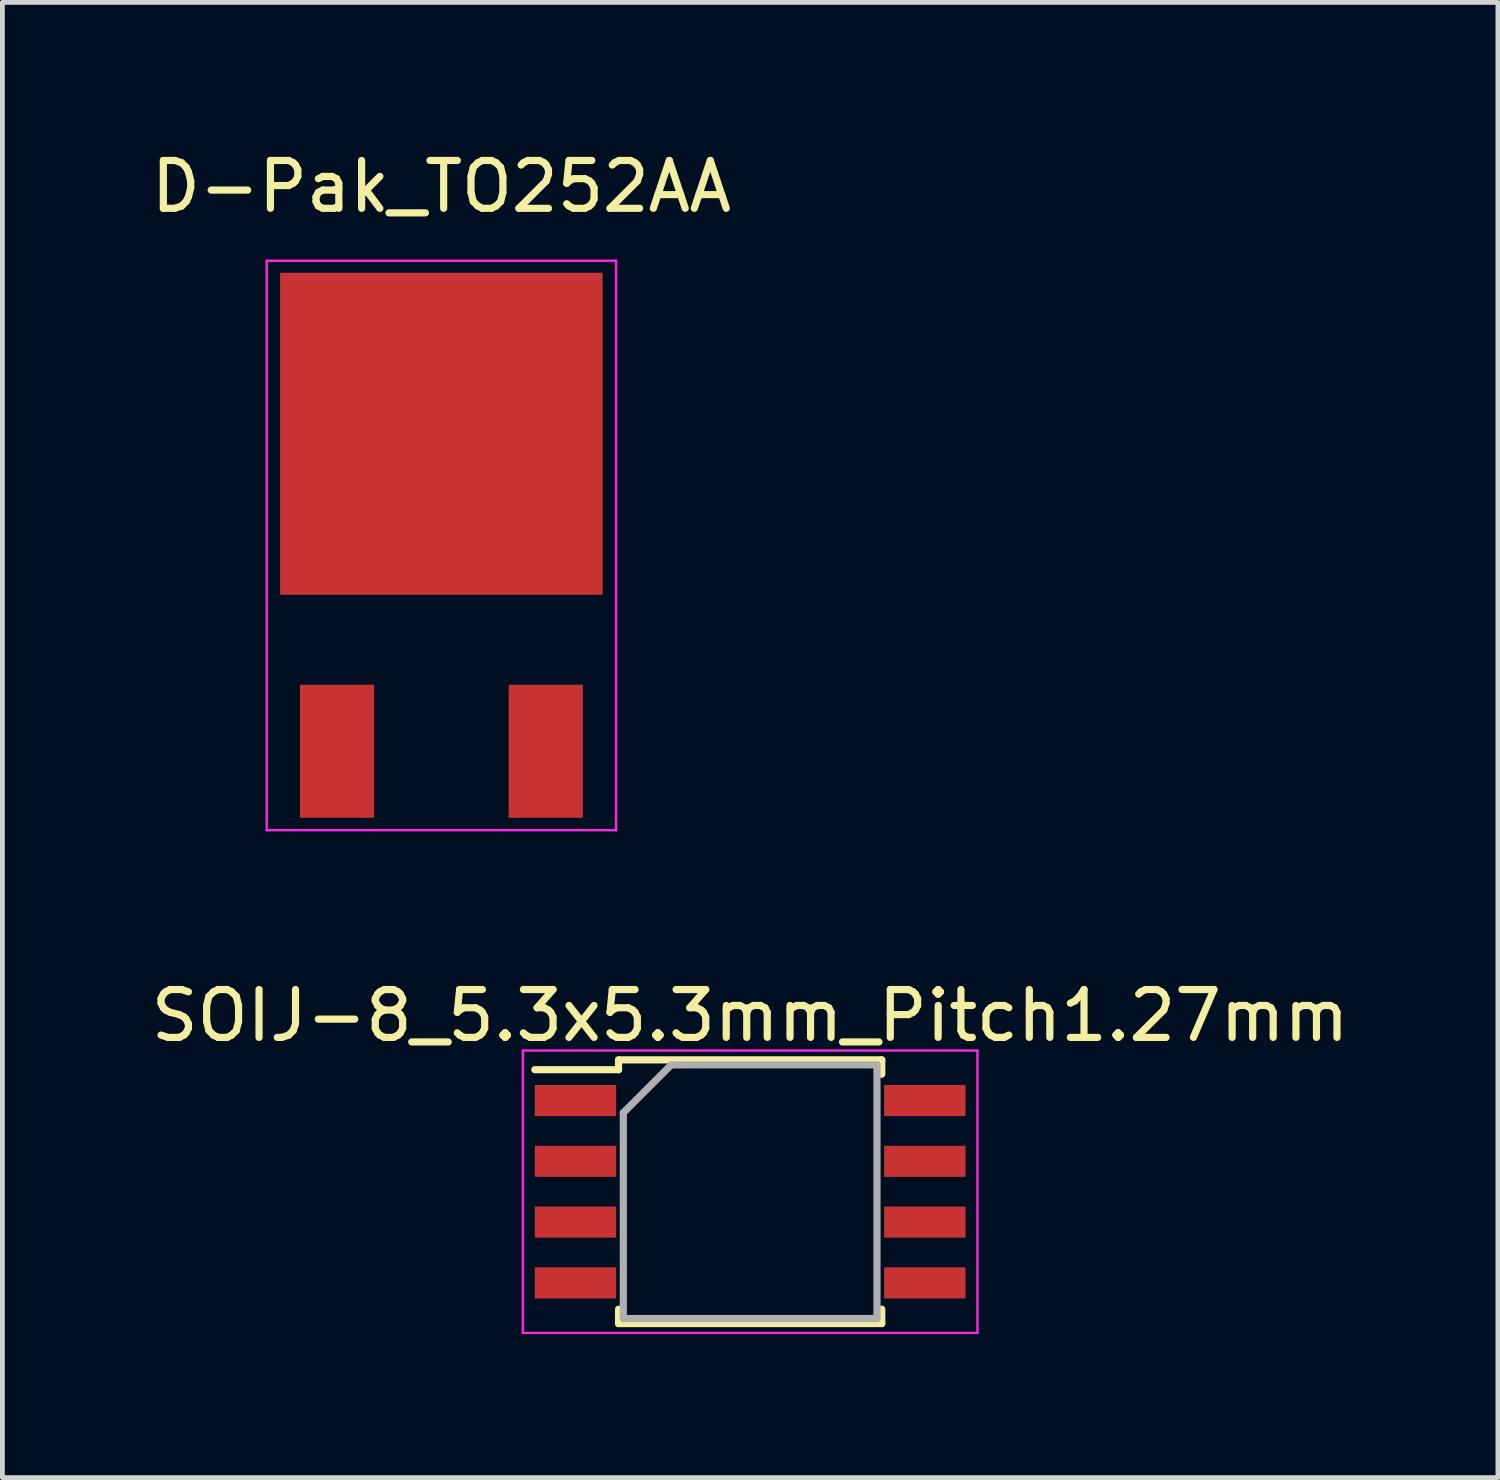
<source format=kicad_pcb>
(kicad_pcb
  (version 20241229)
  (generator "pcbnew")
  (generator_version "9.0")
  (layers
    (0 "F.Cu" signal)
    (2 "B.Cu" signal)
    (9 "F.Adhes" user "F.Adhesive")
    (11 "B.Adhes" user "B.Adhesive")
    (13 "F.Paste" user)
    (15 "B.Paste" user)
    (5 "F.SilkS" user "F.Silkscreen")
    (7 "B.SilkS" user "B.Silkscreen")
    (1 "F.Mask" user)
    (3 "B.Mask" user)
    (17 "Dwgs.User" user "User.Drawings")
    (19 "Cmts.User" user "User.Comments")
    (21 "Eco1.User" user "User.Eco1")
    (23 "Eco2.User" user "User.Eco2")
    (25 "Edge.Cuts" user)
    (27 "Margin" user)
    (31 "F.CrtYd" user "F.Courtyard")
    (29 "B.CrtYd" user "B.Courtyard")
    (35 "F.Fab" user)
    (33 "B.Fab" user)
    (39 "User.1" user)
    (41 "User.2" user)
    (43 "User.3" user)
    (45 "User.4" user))
  (footprint "D-Pak_TO252AA"
    (layer "F.Cu")
    (at 6.173 8.348)
    (property "Reference" "D-Pak_TO252AA" (at 0 -7.5 0) (layer "F.SilkS") (effects (font (size 1 1) (thickness 0.15))))
    (attr smd)
    (fp_line (start -3.65 -5.95) (end 3.65 -5.95) (stroke (width 0.05) (type solid)) (layer "F.CrtYd"))
    (fp_line (start -3.65 5.95) (end -3.65 -5.95) (stroke (width 0.05) (type solid)) (layer "F.CrtYd"))
    (fp_line (start 3.65 -5.95) (end 3.65 5.95) (stroke (width 0.05) (type solid)) (layer "F.CrtYd"))
    (fp_line (start 3.65 5.95) (end -3.65 5.95) (stroke (width 0.05) (type solid)) (layer "F.CrtYd"))
    (pad "1" smd rect (at -2.18 4.3) (size 1.55 2.78) (layers "F.Cu" "F.Mask" "F.Paste"))
    (pad "2" smd rect (at 0 -2.335) (size 6.74 6.73) (layers "F.Cu" "F.Mask" "F.Paste"))
    (pad "3" smd rect (at 2.18 4.3) (size 1.55 2.78) (layers "F.Cu" "F.Mask" "F.Paste")))
  (footprint "SOIJ-8_5.3x5.3mm_Pitch1.27mm"
    (layer "F.Cu")
    (at 12.625 21.852)
    (property "Reference" "SOIJ-8_5.3x5.3mm_Pitch1.27mm" (at 0 -3.68 0) (layer "F.SilkS") (effects (font (size 1 1) (thickness 0.15))))
    (attr smd)
    (fp_line (start -2.75 -2.755) (end -2.75 -2.55) (stroke (width 0.15) (type solid)) (layer "F.SilkS"))
    (fp_line (start -2.75 -2.755) (end 2.75 -2.755) (stroke (width 0.15) (type solid)) (layer "F.SilkS"))
    (fp_line (start -2.75 -2.55) (end -4.5 -2.55) (stroke (width 0.15) (type solid)) (layer "F.SilkS"))
    (fp_line (start -2.75 2.755) (end -2.75 2.455) (stroke (width 0.15) (type solid)) (layer "F.SilkS"))
    (fp_line (start -2.75 2.755) (end 2.75 2.755) (stroke (width 0.15) (type solid)) (layer "F.SilkS"))
    (fp_line (start 2.75 -2.755) (end 2.75 -2.455) (stroke (width 0.15) (type solid)) (layer "F.SilkS"))
    (fp_line (start 2.75 2.755) (end 2.75 2.455) (stroke (width 0.15) (type solid)) (layer "F.SilkS"))
    (fp_line (start -4.75 -2.95) (end -4.75 2.95) (stroke (width 0.05) (type solid)) (layer "F.CrtYd"))
    (fp_line (start -4.75 -2.95) (end 4.75 -2.95) (stroke (width 0.05) (type solid)) (layer "F.CrtYd"))
    (fp_line (start -4.75 2.95) (end 4.75 2.95) (stroke (width 0.05) (type solid)) (layer "F.CrtYd"))
    (fp_line (start 4.75 -2.95) (end 4.75 2.95) (stroke (width 0.05) (type solid)) (layer "F.CrtYd"))
    (fp_line (start -2.65 -1.65) (end -1.65 -2.65) (stroke (width 0.15) (type solid)) (layer "F.Fab"))
    (fp_line (start -2.65 2.65) (end -2.65 -1.65) (stroke (width 0.15) (type solid)) (layer "F.Fab"))
    (fp_line (start -1.65 -2.65) (end 2.65 -2.65) (stroke (width 0.15) (type solid)) (layer "F.Fab"))
    (fp_line (start 2.65 -2.65) (end 2.65 2.65) (stroke (width 0.15) (type solid)) (layer "F.Fab"))
    (fp_line (start 2.65 2.65) (end -2.65 2.65) (stroke (width 0.15) (type solid)) (layer "F.Fab"))
    (pad "1" smd rect (at -3.65 -1.905) (size 1.7 0.65) (layers "F.Cu" "F.Mask" "F.Paste"))
    (pad "2" smd rect (at -3.65 -0.635) (size 1.7 0.65) (layers "F.Cu" "F.Mask" "F.Paste"))
    (pad "3" smd rect (at -3.65 0.635) (size 1.7 0.65) (layers "F.Cu" "F.Mask" "F.Paste"))
    (pad "4" smd rect (at -3.65 1.905) (size 1.7 0.65) (layers "F.Cu" "F.Mask" "F.Paste"))
    (pad "5" smd rect (at 3.65 1.905) (size 1.7 0.65) (layers "F.Cu" "F.Mask" "F.Paste"))
    (pad "6" smd rect (at 3.65 0.635) (size 1.7 0.65) (layers "F.Cu" "F.Mask" "F.Paste"))
    (pad "7" smd rect (at 3.65 -0.635) (size 1.7 0.65) (layers "F.Cu" "F.Mask" "F.Paste"))
    (pad "8" smd rect (at 3.65 -1.905) (size 1.7 0.65) (layers "F.Cu" "F.Mask" "F.Paste")))
  (gr_rect
    (start -3 -3)
    (end 28.25 27.826)
    (stroke (width 0.1) (type default))
    (fill no)
    (layer "Edge.Cuts")))
</source>
